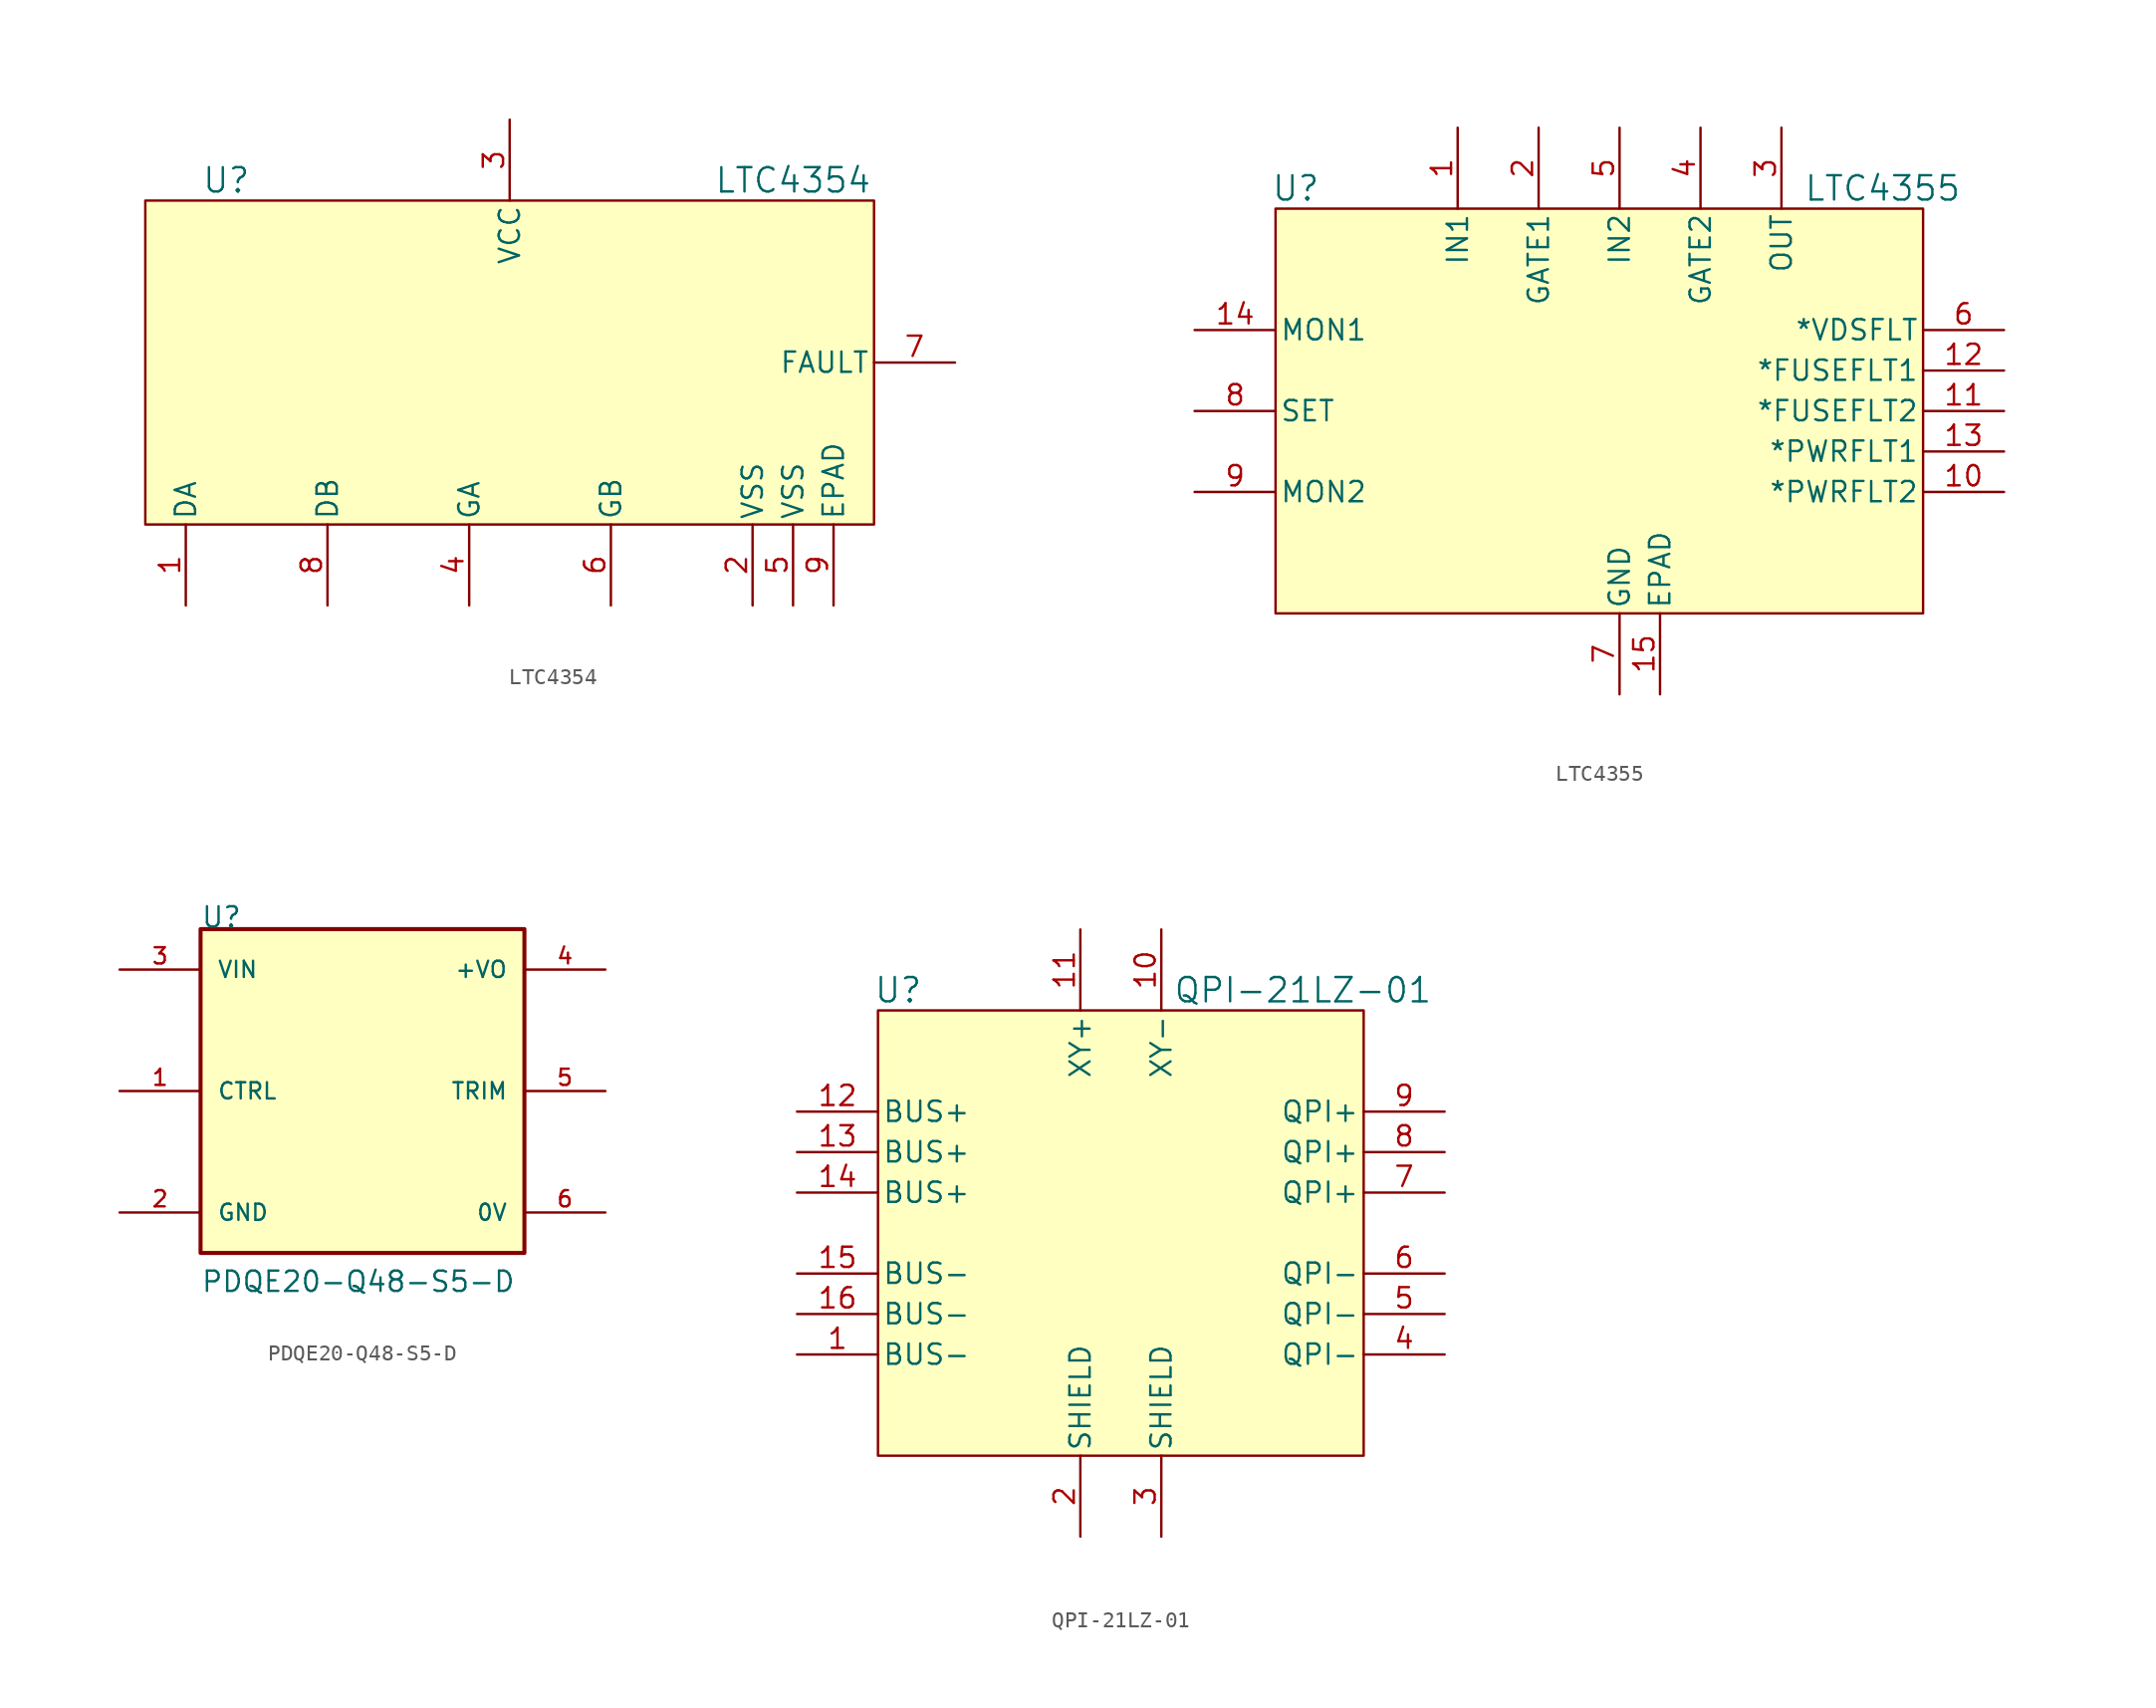
<source format=kicad_sym>
(kicad_symbol_lib
  (version 20220914)
  (generator kicad_symbol_editor)
  (symbol "LTC4354"
    (pin_names
      (offset 0.254))
    (property "Reference" "U"
      (at -17.78 11.43 0)
      (effects (font (size 1.524 1.524))))
    (property "Value" "LTC4354"
      (at 17.78 11.43 0)
      (effects (font (size 1.524 1.524))))
    (symbol "LTC4354_1_1"
      (rectangle (start -22.86 10.16) (end 22.86 -10.16) (stroke (width 0) (type default)) (fill (type background)))
      (pin input line (at -20.32 -15.24 90) (length 5.08) (name "DA" (effects (font (size 1.27 1.27)))) (number "1" (effects (font (size 1.27 1.27)))))
      (pin power_in line (at 15.24 -15.24 90) (length 5.08) (name "VSS" (effects (font (size 1.27 1.27)))) (number "2" (effects (font (size 1.27 1.27)))))
      (pin power_in line (at 0 15.24 270) (length 5.08) (name "VCC" (effects (font (size 1.27 1.27)))) (number "3" (effects (font (size 1.27 1.27)))))
      (pin output line (at -2.54 -15.24 90) (length 5.08) (name "GA" (effects (font (size 1.27 1.27)))) (number "4" (effects (font (size 1.27 1.27)))))
      (pin power_in line (at 17.78 -15.24 90) (length 5.08) (name "VSS" (effects (font (size 1.27 1.27)))) (number "5" (effects (font (size 1.27 1.27)))))
      (pin output line (at 6.35 -15.24 90) (length 5.08) (name "GB" (effects (font (size 1.27 1.27)))) (number "6" (effects (font (size 1.27 1.27)))))
      (pin output line (at 27.94 0 180) (length 5.08) (name "FAULT" (effects (font (size 1.27 1.27)))) (number "7" (effects (font (size 1.27 1.27)))))
      (pin input line (at -11.43 -15.24 90) (length 5.08) (name "DB" (effects (font (size 1.27 1.27)))) (number "8" (effects (font (size 1.27 1.27)))))
      (pin unspecified line (at 20.32 -15.24 90) (length 5.08) (name "EPAD" (effects (font (size 1.27 1.27)))) (number "9" (effects (font (size 1.27 1.27)))))))
  (symbol "LTC4355"
    (pin_names
      (offset 0.254))
    (property "Reference" "U"
      (at -20.32 13.97 0)
      (effects (font (size 1.524 1.524))))
    (property "Value" "LTC4355"
      (at 16.51 13.97 0)
      (effects (font (size 1.524 1.524))))
    (symbol "LTC4355_1_1"
      (rectangle (start -21.59 12.7) (end 19.05 -12.7) (stroke (width 0) (type default)) (fill (type background)))
      (pin input line (at -10.16 17.78 270) (length 5.08) (name "IN1" (effects (font (size 1.27 1.27)))) (number "1" (effects (font (size 1.27 1.27)))))
      (pin output line (at 24.13 -5.08 180) (length 5.08) (name "*PWRFLT2" (effects (font (size 1.27 1.27)))) (number "10" (effects (font (size 1.27 1.27)))))
      (pin output line (at 24.13 0 180) (length 5.08) (name "*FUSEFLT2" (effects (font (size 1.27 1.27)))) (number "11" (effects (font (size 1.27 1.27)))))
      (pin output line (at 24.13 2.54 180) (length 5.08) (name "*FUSEFLT1" (effects (font (size 1.27 1.27)))) (number "12" (effects (font (size 1.27 1.27)))))
      (pin output line (at 24.13 -2.54 180) (length 5.08) (name "*PWRFLT1" (effects (font (size 1.27 1.27)))) (number "13" (effects (font (size 1.27 1.27)))))
      (pin input line (at -26.67 5.08 0) (length 5.08) (name "MON1" (effects (font (size 1.27 1.27)))) (number "14" (effects (font (size 1.27 1.27)))))
      (pin power_in line (at 2.54 -17.78 90) (length 5.08) (name "EPAD" (effects (font (size 1.27 1.27)))) (number "15" (effects (font (size 1.27 1.27)))))
      (pin output line (at -5.08 17.78 270) (length 5.08) (name "GATE1" (effects (font (size 1.27 1.27)))) (number "2" (effects (font (size 1.27 1.27)))))
      (pin output line (at 10.16 17.78 270) (length 5.08) (name "OUT" (effects (font (size 1.27 1.27)))) (number "3" (effects (font (size 1.27 1.27)))))
      (pin output line (at 5.08 17.78 270) (length 5.08) (name "GATE2" (effects (font (size 1.27 1.27)))) (number "4" (effects (font (size 1.27 1.27)))))
      (pin input line (at 0 17.78 270) (length 5.08) (name "IN2" (effects (font (size 1.27 1.27)))) (number "5" (effects (font (size 1.27 1.27)))))
      (pin output line (at 24.13 5.08 180) (length 5.08) (name "*VDSFLT" (effects (font (size 1.27 1.27)))) (number "6" (effects (font (size 1.27 1.27)))))
      (pin power_in line (at 0 -17.78 90) (length 5.08) (name "GND" (effects (font (size 1.27 1.27)))) (number "7" (effects (font (size 1.27 1.27)))))
      (pin input line (at -26.67 0 0) (length 5.08) (name "SET" (effects (font (size 1.27 1.27)))) (number "8" (effects (font (size 1.27 1.27)))))
      (pin input line (at -26.67 -5.08 0) (length 5.08) (name "MON2" (effects (font (size 1.27 1.27)))) (number "9" (effects (font (size 1.27 1.27)))))))
  (symbol "PDQE20-Q48-S5-D"
    (pin_names
      (offset 1.016))
    (property "Reference" "U"
      (at -10.16 10.16 0)
      (effects (font (size 1.27 1.27)) (justify left bottom)))
    (property "Value" "PDQE20-Q48-S5-D"
      (at -10.16 -12.7 0)
      (effects (font (size 1.27 1.27)) (justify left bottom)))
    (symbol "PDQE20-Q48-S5-D_0_0"
      (rectangle (start -10.16 10.16) (end 10.16 -10.16) (stroke (width 0.254) (type solid)) (fill (type background)))
      (pin input line (at -15.24 0 0) (length 5.08) (name "CTRL" (effects (font (size 1.016 1.016)))) (number "1" (effects (font (size 1.016 1.016)))))
      (pin power_in line (at -15.24 -7.62 0) (length 5.08) (name "GND" (effects (font (size 1.016 1.016)))) (number "2" (effects (font (size 1.016 1.016)))))
      (pin input line (at -15.24 7.62 0) (length 5.08) (name "VIN" (effects (font (size 1.016 1.016)))) (number "3" (effects (font (size 1.016 1.016)))))
      (pin output line (at 15.24 7.62 180) (length 5.08) (name "+VO" (effects (font (size 1.016 1.016)))) (number "4" (effects (font (size 1.016 1.016)))))
      (pin passive line (at 15.24 0 180) (length 5.08) (name "TRIM" (effects (font (size 1.016 1.016)))) (number "5" (effects (font (size 1.016 1.016)))))
      (pin output line (at 15.24 -7.62 180) (length 5.08) (name "0V" (effects (font (size 1.016 1.016)))) (number "6" (effects (font (size 1.016 1.016)))))))
  (symbol "QPI-21LZ-01"
    (pin_names
      (offset 0.254))
    (property "Reference" "U"
      (at -13.97 15.24 0)
      (effects (font (size 1.524 1.524))))
    (property "Value" "QPI-21LZ-01"
      (at 11.43 15.24 0)
      (effects (font (size 1.524 1.524))))
    (symbol "QPI-21LZ-01_1_1"
      (rectangle (start -15.24 13.97) (end 15.24 -13.97) (stroke (width 0) (type default)) (fill (type background)))
      (pin bidirectional line (at -20.32 -7.62 0) (length 5.08) (name "BUS-" (effects (font (size 1.27 1.27)))) (number "1" (effects (font (size 1.27 1.27)))))
      (pin unspecified line (at 2.54 19.05 270) (length 5.08) (name "XY-" (effects (font (size 1.27 1.27)))) (number "10" (effects (font (size 1.27 1.27)))))
      (pin unspecified line (at -2.54 19.05 270) (length 5.08) (name "XY+" (effects (font (size 1.27 1.27)))) (number "11" (effects (font (size 1.27 1.27)))))
      (pin bidirectional line (at -20.32 7.62 0) (length 5.08) (name "BUS+" (effects (font (size 1.27 1.27)))) (number "12" (effects (font (size 1.27 1.27)))))
      (pin bidirectional line (at -20.32 5.08 0) (length 5.08) (name "BUS+" (effects (font (size 1.27 1.27)))) (number "13" (effects (font (size 1.27 1.27)))))
      (pin bidirectional line (at -20.32 2.54 0) (length 5.08) (name "BUS+" (effects (font (size 1.27 1.27)))) (number "14" (effects (font (size 1.27 1.27)))))
      (pin bidirectional line (at -20.32 -2.54 0) (length 5.08) (name "BUS-" (effects (font (size 1.27 1.27)))) (number "15" (effects (font (size 1.27 1.27)))))
      (pin bidirectional line (at -20.32 -5.08 0) (length 5.08) (name "BUS-" (effects (font (size 1.27 1.27)))) (number "16" (effects (font (size 1.27 1.27)))))
      (pin power_out line (at -2.54 -19.05 90) (length 5.08) (name "SHIELD" (effects (font (size 1.27 1.27)))) (number "2" (effects (font (size 1.27 1.27)))))
      (pin power_out line (at 2.54 -19.05 90) (length 5.08) (name "SHIELD" (effects (font (size 1.27 1.27)))) (number "3" (effects (font (size 1.27 1.27)))))
      (pin input line (at 20.32 -7.62 180) (length 5.08) (name "QPI-" (effects (font (size 1.27 1.27)))) (number "4" (effects (font (size 1.27 1.27)))))
      (pin input line (at 20.32 -5.08 180) (length 5.08) (name "QPI-" (effects (font (size 1.27 1.27)))) (number "5" (effects (font (size 1.27 1.27)))))
      (pin input line (at 20.32 -2.54 180) (length 5.08) (name "QPI-" (effects (font (size 1.27 1.27)))) (number "6" (effects (font (size 1.27 1.27)))))
      (pin input line (at 20.32 2.54 180) (length 5.08) (name "QPI+" (effects (font (size 1.27 1.27)))) (number "7" (effects (font (size 1.27 1.27)))))
      (pin input line (at 20.32 5.08 180) (length 5.08) (name "QPI+" (effects (font (size 1.27 1.27)))) (number "8" (effects (font (size 1.27 1.27)))))
      (pin input line (at 20.32 7.62 180) (length 5.08) (name "QPI+" (effects (font (size 1.27 1.27)))) (number "9" (effects (font (size 1.27 1.27))))))))
</source>
